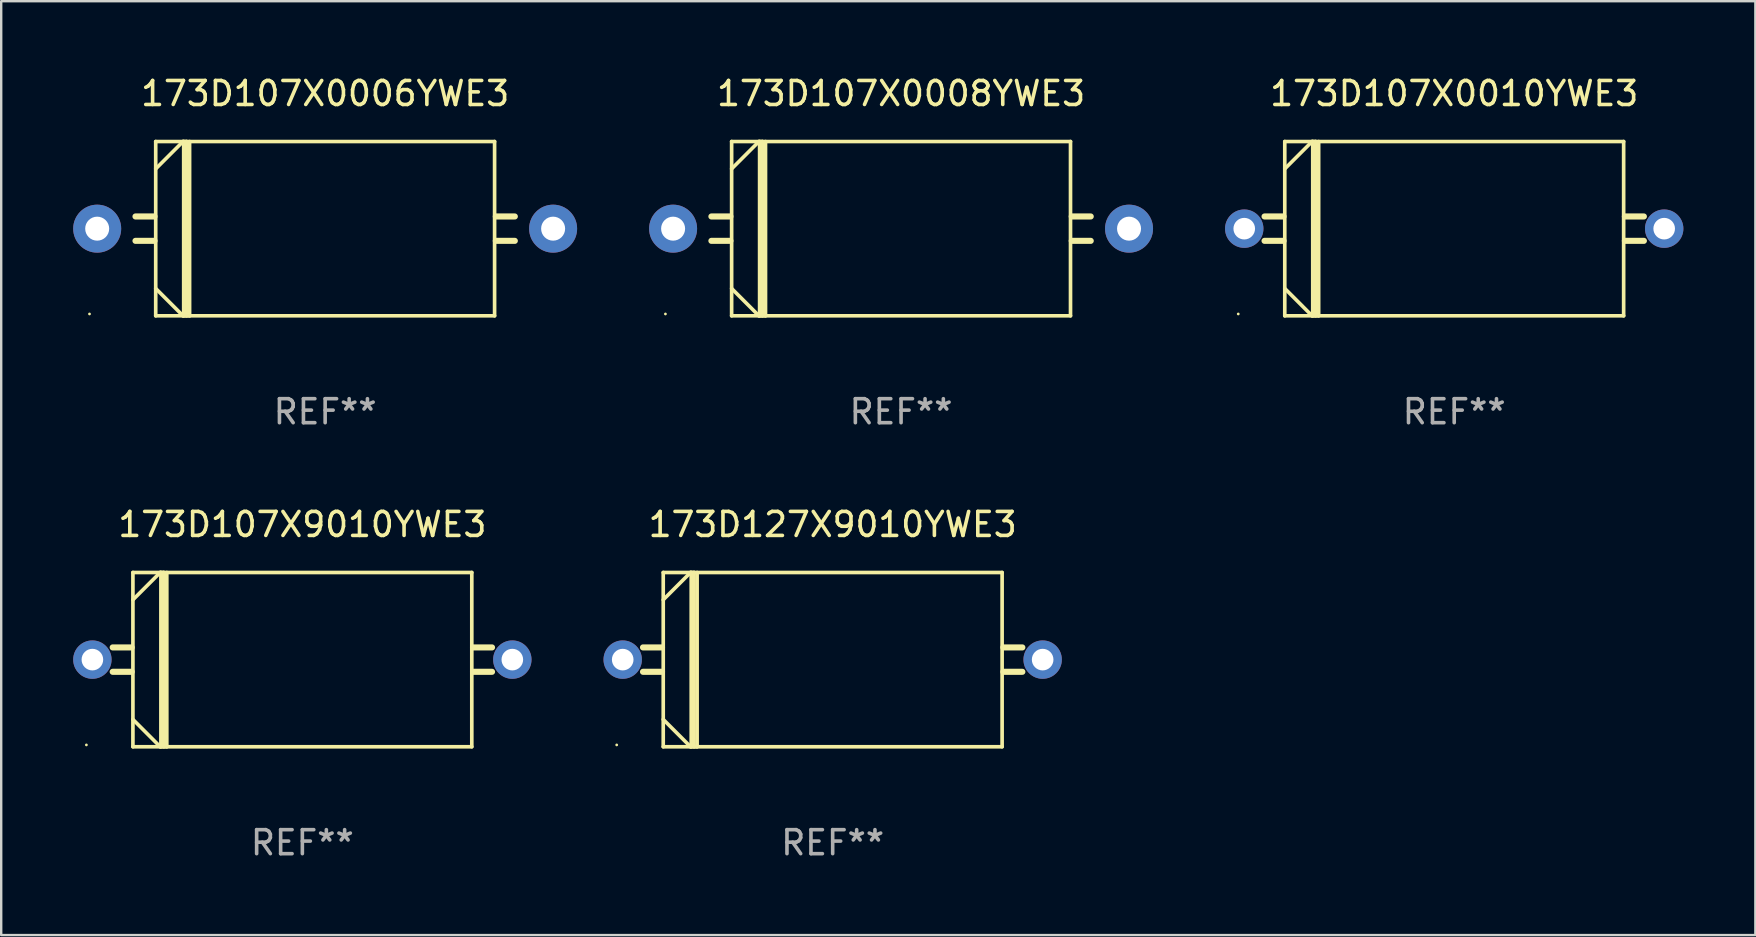
<source format=kicad_pcb>
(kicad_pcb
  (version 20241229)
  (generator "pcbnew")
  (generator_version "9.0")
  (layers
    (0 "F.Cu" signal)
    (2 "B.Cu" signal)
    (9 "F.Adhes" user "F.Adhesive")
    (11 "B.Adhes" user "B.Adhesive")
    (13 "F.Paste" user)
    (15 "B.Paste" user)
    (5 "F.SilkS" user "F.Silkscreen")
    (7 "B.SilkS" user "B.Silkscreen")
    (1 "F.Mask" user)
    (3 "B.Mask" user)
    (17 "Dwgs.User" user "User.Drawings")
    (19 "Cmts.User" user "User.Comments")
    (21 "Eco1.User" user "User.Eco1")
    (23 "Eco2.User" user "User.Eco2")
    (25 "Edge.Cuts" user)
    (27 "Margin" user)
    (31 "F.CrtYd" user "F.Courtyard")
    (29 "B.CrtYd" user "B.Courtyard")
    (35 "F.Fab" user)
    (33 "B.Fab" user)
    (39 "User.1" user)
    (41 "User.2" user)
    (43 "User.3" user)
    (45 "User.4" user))
  (footprint "173D127X9010YWE3"
    (layer "F.Cu")
    (at 31.65 24.438)
    (property "Reference" "173D127X9010YWE3" (at 0 -5.631 0) (layer "F.SilkS") (effects (font (size 1 1) (thickness 0.15))))
    (attr through_hole)
    (fp_line (start -7.112 -0.508) (end -7.904 -0.508) (stroke (width 0.254) (type solid)) (layer "F.SilkS"))
    (fp_line (start -7.112 0.508) (end -7.904 0.508) (stroke (width 0.254) (type solid)) (layer "F.SilkS"))
    (fp_line (start -7.061 -3.631) (end 7.061 -3.631) (stroke (width 0.152) (type solid)) (layer "F.SilkS"))
    (fp_line (start -7.061 3.631) (end -7.061 -3.631) (stroke (width 0.152) (type solid)) (layer "F.SilkS"))
    (fp_line (start -5.923 -3.631) (end -7.061 -2.493) (stroke (width 0.152) (type solid)) (layer "F.SilkS"))
    (fp_line (start -5.923 3.631) (end -7.061 2.493) (stroke (width 0.152) (type solid)) (layer "F.SilkS"))
    (fp_line (start -5.895 -3.631) (end -5.895 3.631) (stroke (width 0.152) (type solid)) (layer "F.SilkS"))
    (fp_line (start -5.776 -3.631) (end -5.923 -3.631) (stroke (width 0.152) (type solid)) (layer "F.SilkS"))
    (fp_line (start -5.776 -3.631) (end -5.776 3.631) (stroke (width 0.152) (type solid)) (layer "F.SilkS"))
    (fp_line (start -5.649 -3.631) (end -5.649 3.631) (stroke (width 0.152) (type solid)) (layer "F.SilkS"))
    (fp_line (start -5.649 3.627) (end -5.923 3.631) (stroke (width 0.152) (type solid)) (layer "F.SilkS"))
    (fp_line (start 7.061 -3.631) (end 7.061 3.631) (stroke (width 0.152) (type solid)) (layer "F.SilkS"))
    (fp_line (start 7.061 3.631) (end -7.061 3.631) (stroke (width 0.152) (type solid)) (layer "F.SilkS"))
    (fp_line (start 7.112 -0.508) (end 7.904 -0.508) (stroke (width 0.254) (type solid)) (layer "F.SilkS"))
    (fp_line (start 7.112 0.508) (end 7.904 0.508) (stroke (width 0.254) (type solid)) (layer "F.SilkS"))
    (fp_circle (center -9 3.555) (end -8.97 3.555) (stroke (width 0.06) (type solid)) (fill no) (layer "F.SilkS"))
    (fp_text user "REF**" (at 0 7.631 0) (layer "F.Fab") (effects (font (size 1 1) (thickness 0.15))))
    (pad "1" thru_hole circle (at -8.75 0) (size 1.6 1.6) (drill 0.9) (layers "*.Cu" "*.Mask"))
    (pad "2" thru_hole circle (at 8.75 0) (size 1.6 1.6) (drill 0.9) (layers "*.Cu" "*.Mask")))
  (footprint "173D107X0010YWE3"
    (layer "F.Cu")
    (at 57.551 6.479)
    (property "Reference" "173D107X0010YWE3" (at 0 -5.631 0) (layer "F.SilkS") (effects (font (size 1 1) (thickness 0.15))))
    (attr through_hole)
    (fp_line (start -7.112 -0.508) (end -7.904 -0.508) (stroke (width 0.254) (type solid)) (layer "F.SilkS"))
    (fp_line (start -7.112 0.508) (end -7.904 0.508) (stroke (width 0.254) (type solid)) (layer "F.SilkS"))
    (fp_line (start -7.061 -3.631) (end 7.061 -3.631) (stroke (width 0.152) (type solid)) (layer "F.SilkS"))
    (fp_line (start -7.061 3.631) (end -7.061 -3.631) (stroke (width 0.152) (type solid)) (layer "F.SilkS"))
    (fp_line (start -5.923 -3.631) (end -7.061 -2.493) (stroke (width 0.152) (type solid)) (layer "F.SilkS"))
    (fp_line (start -5.923 3.631) (end -7.061 2.493) (stroke (width 0.152) (type solid)) (layer "F.SilkS"))
    (fp_line (start -5.895 -3.631) (end -5.895 3.631) (stroke (width 0.152) (type solid)) (layer "F.SilkS"))
    (fp_line (start -5.776 -3.631) (end -5.923 -3.631) (stroke (width 0.152) (type solid)) (layer "F.SilkS"))
    (fp_line (start -5.776 -3.631) (end -5.776 3.631) (stroke (width 0.152) (type solid)) (layer "F.SilkS"))
    (fp_line (start -5.649 -3.631) (end -5.649 3.631) (stroke (width 0.152) (type solid)) (layer "F.SilkS"))
    (fp_line (start -5.649 3.627) (end -5.923 3.631) (stroke (width 0.152) (type solid)) (layer "F.SilkS"))
    (fp_line (start 7.061 -3.631) (end 7.061 3.631) (stroke (width 0.152) (type solid)) (layer "F.SilkS"))
    (fp_line (start 7.061 3.631) (end -7.061 3.631) (stroke (width 0.152) (type solid)) (layer "F.SilkS"))
    (fp_line (start 7.112 -0.508) (end 7.904 -0.508) (stroke (width 0.254) (type solid)) (layer "F.SilkS"))
    (fp_line (start 7.112 0.508) (end 7.904 0.508) (stroke (width 0.254) (type solid)) (layer "F.SilkS"))
    (fp_circle (center -9 3.555) (end -8.97 3.555) (stroke (width 0.06) (type solid)) (fill no) (layer "F.SilkS"))
    (fp_text user "REF**" (at 0 7.631 0) (layer "F.Fab") (effects (font (size 1 1) (thickness 0.15))))
    (pad "1" thru_hole circle (at -8.75 0) (size 1.6 1.6) (drill 0.9) (layers "*.Cu" "*.Mask"))
    (pad "2" thru_hole circle (at 8.75 0) (size 1.6 1.6) (drill 0.9) (layers "*.Cu" "*.Mask")))
  (footprint "173D107X0008YWE3"
    (layer "F.Cu")
    (at 34.5 6.479)
    (property "Reference" "173D107X0008YWE3" (at 0 -5.631 0) (layer "F.SilkS") (effects (font (size 1 1) (thickness 0.15))))
    (attr through_hole)
    (fp_line (start -7.112 -0.508) (end -7.904 -0.508) (stroke (width 0.254) (type solid)) (layer "F.SilkS"))
    (fp_line (start -7.112 0.508) (end -7.904 0.508) (stroke (width 0.254) (type solid)) (layer "F.SilkS"))
    (fp_line (start -7.061 -3.631) (end 7.061 -3.631) (stroke (width 0.152) (type solid)) (layer "F.SilkS"))
    (fp_line (start -7.061 3.631) (end -7.061 -3.631) (stroke (width 0.152) (type solid)) (layer "F.SilkS"))
    (fp_line (start -5.923 -3.631) (end -7.061 -2.493) (stroke (width 0.152) (type solid)) (layer "F.SilkS"))
    (fp_line (start -5.923 3.631) (end -7.061 2.493) (stroke (width 0.152) (type solid)) (layer "F.SilkS"))
    (fp_line (start -5.895 -3.631) (end -5.895 3.631) (stroke (width 0.152) (type solid)) (layer "F.SilkS"))
    (fp_line (start -5.776 -3.631) (end -5.923 -3.631) (stroke (width 0.152) (type solid)) (layer "F.SilkS"))
    (fp_line (start -5.776 -3.631) (end -5.776 3.631) (stroke (width 0.152) (type solid)) (layer "F.SilkS"))
    (fp_line (start -5.649 -3.631) (end -5.649 3.631) (stroke (width 0.152) (type solid)) (layer "F.SilkS"))
    (fp_line (start -5.649 3.627) (end -5.923 3.631) (stroke (width 0.152) (type solid)) (layer "F.SilkS"))
    (fp_line (start 7.061 -3.631) (end 7.061 3.631) (stroke (width 0.152) (type solid)) (layer "F.SilkS"))
    (fp_line (start 7.061 3.631) (end -7.061 3.631) (stroke (width 0.152) (type solid)) (layer "F.SilkS"))
    (fp_line (start 7.112 -0.508) (end 7.904 -0.508) (stroke (width 0.254) (type solid)) (layer "F.SilkS"))
    (fp_line (start 7.112 0.508) (end 7.904 0.508) (stroke (width 0.254) (type solid)) (layer "F.SilkS"))
    (fp_circle (center -9.82 3.555) (end -9.79 3.555) (stroke (width 0.06) (type solid)) (fill no) (layer "F.SilkS"))
    (fp_text user "REF**" (at 0 7.631 0) (layer "F.Fab") (effects (font (size 1 1) (thickness 0.15))))
    (pad "1" thru_hole circle (at -9.5 0) (size 2 2) (drill 1) (layers "*.Cu" "*.Mask"))
    (pad "2" thru_hole circle (at 9.5 0) (size 2 2) (drill 1) (layers "*.Cu" "*.Mask")))
  (footprint "173D107X9010YWE3"
    (layer "F.Cu")
    (at 9.55 24.438)
    (property "Reference" "173D107X9010YWE3" (at 0 -5.631 0) (layer "F.SilkS") (effects (font (size 1 1) (thickness 0.15))))
    (attr through_hole)
    (fp_line (start -7.112 -0.508) (end -7.904 -0.508) (stroke (width 0.254) (type solid)) (layer "F.SilkS"))
    (fp_line (start -7.112 0.508) (end -7.904 0.508) (stroke (width 0.254) (type solid)) (layer "F.SilkS"))
    (fp_line (start -7.061 -3.631) (end 7.061 -3.631) (stroke (width 0.152) (type solid)) (layer "F.SilkS"))
    (fp_line (start -7.061 3.631) (end -7.061 -3.631) (stroke (width 0.152) (type solid)) (layer "F.SilkS"))
    (fp_line (start -5.923 -3.631) (end -7.061 -2.493) (stroke (width 0.152) (type solid)) (layer "F.SilkS"))
    (fp_line (start -5.923 3.631) (end -7.061 2.493) (stroke (width 0.152) (type solid)) (layer "F.SilkS"))
    (fp_line (start -5.895 -3.631) (end -5.895 3.631) (stroke (width 0.152) (type solid)) (layer "F.SilkS"))
    (fp_line (start -5.776 -3.631) (end -5.923 -3.631) (stroke (width 0.152) (type solid)) (layer "F.SilkS"))
    (fp_line (start -5.776 -3.631) (end -5.776 3.631) (stroke (width 0.152) (type solid)) (layer "F.SilkS"))
    (fp_line (start -5.649 -3.631) (end -5.649 3.631) (stroke (width 0.152) (type solid)) (layer "F.SilkS"))
    (fp_line (start -5.649 3.627) (end -5.923 3.631) (stroke (width 0.152) (type solid)) (layer "F.SilkS"))
    (fp_line (start 7.061 -3.631) (end 7.061 3.631) (stroke (width 0.152) (type solid)) (layer "F.SilkS"))
    (fp_line (start 7.061 3.631) (end -7.061 3.631) (stroke (width 0.152) (type solid)) (layer "F.SilkS"))
    (fp_line (start 7.112 -0.508) (end 7.904 -0.508) (stroke (width 0.254) (type solid)) (layer "F.SilkS"))
    (fp_line (start 7.112 0.508) (end 7.904 0.508) (stroke (width 0.254) (type solid)) (layer "F.SilkS"))
    (fp_circle (center -9 3.555) (end -8.97 3.555) (stroke (width 0.06) (type solid)) (fill no) (layer "F.SilkS"))
    (fp_text user "REF**" (at 0 7.631 0) (layer "F.Fab") (effects (font (size 1 1) (thickness 0.15))))
    (pad "1" thru_hole circle (at -8.75 0) (size 1.6 1.6) (drill 0.9) (layers "*.Cu" "*.Mask"))
    (pad "2" thru_hole circle (at 8.75 0) (size 1.6 1.6) (drill 0.9) (layers "*.Cu" "*.Mask")))
  (footprint "173D107X0006YWE3"
    (layer "F.Cu")
    (at 10.5 6.479)
    (property "Reference" "173D107X0006YWE3" (at 0 -5.631 0) (layer "F.SilkS") (effects (font (size 1 1) (thickness 0.15))))
    (attr through_hole)
    (fp_line (start -7.112 -0.508) (end -7.904 -0.508) (stroke (width 0.254) (type solid)) (layer "F.SilkS"))
    (fp_line (start -7.112 0.508) (end -7.904 0.508) (stroke (width 0.254) (type solid)) (layer "F.SilkS"))
    (fp_line (start -7.061 -3.631) (end 7.061 -3.631) (stroke (width 0.152) (type solid)) (layer "F.SilkS"))
    (fp_line (start -7.061 3.631) (end -7.061 -3.631) (stroke (width 0.152) (type solid)) (layer "F.SilkS"))
    (fp_line (start -5.923 -3.631) (end -7.061 -2.493) (stroke (width 0.152) (type solid)) (layer "F.SilkS"))
    (fp_line (start -5.923 3.631) (end -7.061 2.493) (stroke (width 0.152) (type solid)) (layer "F.SilkS"))
    (fp_line (start -5.895 -3.631) (end -5.895 3.631) (stroke (width 0.152) (type solid)) (layer "F.SilkS"))
    (fp_line (start -5.776 -3.631) (end -5.923 -3.631) (stroke (width 0.152) (type solid)) (layer "F.SilkS"))
    (fp_line (start -5.776 -3.631) (end -5.776 3.631) (stroke (width 0.152) (type solid)) (layer "F.SilkS"))
    (fp_line (start -5.649 -3.631) (end -5.649 3.631) (stroke (width 0.152) (type solid)) (layer "F.SilkS"))
    (fp_line (start -5.649 3.627) (end -5.923 3.631) (stroke (width 0.152) (type solid)) (layer "F.SilkS"))
    (fp_line (start 7.061 -3.631) (end 7.061 3.631) (stroke (width 0.152) (type solid)) (layer "F.SilkS"))
    (fp_line (start 7.061 3.631) (end -7.061 3.631) (stroke (width 0.152) (type solid)) (layer "F.SilkS"))
    (fp_line (start 7.112 -0.508) (end 7.904 -0.508) (stroke (width 0.254) (type solid)) (layer "F.SilkS"))
    (fp_line (start 7.112 0.508) (end 7.904 0.508) (stroke (width 0.254) (type solid)) (layer "F.SilkS"))
    (fp_circle (center -9.82 3.555) (end -9.79 3.555) (stroke (width 0.06) (type solid)) (fill no) (layer "F.SilkS"))
    (fp_text user "REF**" (at 0 7.631 0) (layer "F.Fab") (effects (font (size 1 1) (thickness 0.15))))
    (pad "1" thru_hole circle (at -9.5 0) (size 2 2) (drill 1) (layers "*.Cu" "*.Mask"))
    (pad "2" thru_hole circle (at 9.5 0) (size 2 2) (drill 1) (layers "*.Cu" "*.Mask")))
  (gr_rect
    (start -3 -3)
    (end 70.101 35.918)
    (stroke (width 0.1) (type default))
    (fill no)
    (layer "Edge.Cuts")))
</source>
